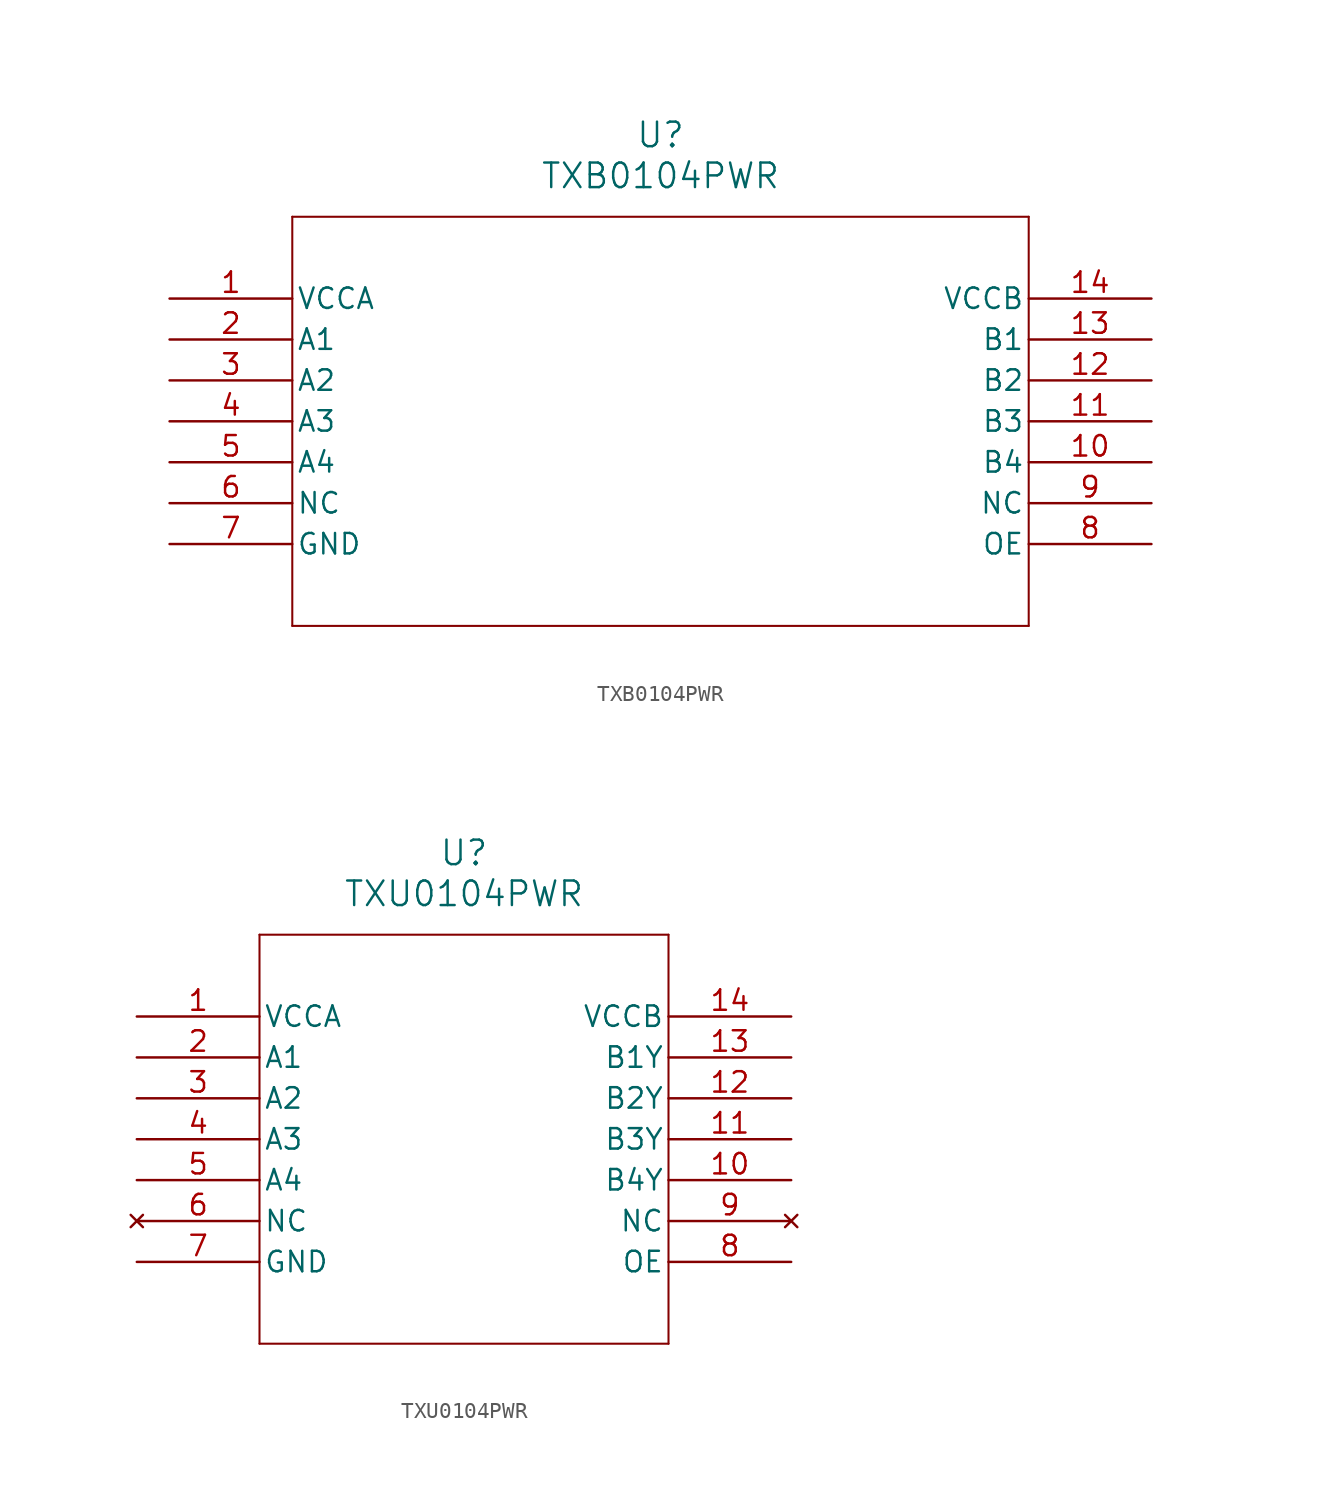
<source format=kicad_sym>
(kicad_symbol_lib
  (version 20231120)
  (generator "kicad_symbol_editor")
  (generator_version "8.0")
  (symbol "TXB0104PWR"
    (pin_names
      (offset 0.254))
    (property "Reference" "U"
      (at 30.48 10.16 0)
      (effects (font (size 1.524 1.524))))
    (property "Value" "TXB0104PWR"
      (at 30.48 7.62 0)
      (effects (font (size 1.524 1.524))))
    (symbol "TXB0104PWR_0_1"
      (polyline (pts (xy 7.62 -20.32) (xy 53.34 -20.32)) (stroke (width 0.127) (type default)) (fill (type none)))
      (polyline (pts (xy 7.62 5.08) (xy 7.62 -20.32)) (stroke (width 0.127) (type default)) (fill (type none)))
      (polyline (pts (xy 53.34 -20.32) (xy 53.34 5.08)) (stroke (width 0.127) (type default)) (fill (type none)))
      (polyline (pts (xy 53.34 5.08) (xy 7.62 5.08)) (stroke (width 0.127) (type default)) (fill (type none)))
      (pin power_in line (at 0 0 0) (length 7.62) (name "VCCA" (effects (font (size 1.27 1.27)))) (number "1" (effects (font (size 1.27 1.27)))))
      (pin bidirectional line (at 60.96 -10.16 180) (length 7.62) (name "B4" (effects (font (size 1.27 1.27)))) (number "10" (effects (font (size 1.27 1.27)))))
      (pin bidirectional line (at 60.96 -7.62 180) (length 7.62) (name "B3" (effects (font (size 1.27 1.27)))) (number "11" (effects (font (size 1.27 1.27)))))
      (pin bidirectional line (at 60.96 -5.08 180) (length 7.62) (name "B2" (effects (font (size 1.27 1.27)))) (number "12" (effects (font (size 1.27 1.27)))))
      (pin bidirectional line (at 60.96 -2.54 180) (length 7.62) (name "B1" (effects (font (size 1.27 1.27)))) (number "13" (effects (font (size 1.27 1.27)))))
      (pin power_in line (at 60.96 0 180) (length 7.62) (name "VCCB" (effects (font (size 1.27 1.27)))) (number "14" (effects (font (size 1.27 1.27)))))
      (pin bidirectional line (at 0 -2.54 0) (length 7.62) (name "A1" (effects (font (size 1.27 1.27)))) (number "2" (effects (font (size 1.27 1.27)))))
      (pin bidirectional line (at 0 -5.08 0) (length 7.62) (name "A2" (effects (font (size 1.27 1.27)))) (number "3" (effects (font (size 1.27 1.27)))))
      (pin bidirectional line (at 0 -7.62 0) (length 7.62) (name "A3" (effects (font (size 1.27 1.27)))) (number "4" (effects (font (size 1.27 1.27)))))
      (pin bidirectional line (at 0 -10.16 0) (length 7.62) (name "A4" (effects (font (size 1.27 1.27)))) (number "5" (effects (font (size 1.27 1.27)))))
      (pin unspecified line (at 0 -12.7 0) (length 7.62) (name "NC" (effects (font (size 1.27 1.27)))) (number "6" (effects (font (size 1.27 1.27)))))
      (pin power_in line (at 0 -15.24 0) (length 7.62) (name "GND" (effects (font (size 1.27 1.27)))) (number "7" (effects (font (size 1.27 1.27)))))
      (pin output line (at 60.96 -15.24 180) (length 7.62) (name "OE" (effects (font (size 1.27 1.27)))) (number "8" (effects (font (size 1.27 1.27)))))
      (pin unspecified line (at 60.96 -12.7 180) (length 7.62) (name "NC" (effects (font (size 1.27 1.27)))) (number "9" (effects (font (size 1.27 1.27)))))))
  (symbol "TXU0104PWR"
    (pin_names
      (offset 0.254))
    (property "Reference" "U"
      (at 20.32 10.16 0)
      (effects (font (size 1.524 1.524))))
    (property "Value" "TXU0104PWR"
      (at 20.32 7.62 0)
      (effects (font (size 1.524 1.524))))
    (symbol "TXU0104PWR_0_1"
      (polyline (pts (xy 7.62 -20.32) (xy 33.02 -20.32)) (stroke (width 0.127) (type default)) (fill (type none)))
      (polyline (pts (xy 7.62 5.08) (xy 7.62 -20.32)) (stroke (width 0.127) (type default)) (fill (type none)))
      (polyline (pts (xy 33.02 -20.32) (xy 33.02 5.08)) (stroke (width 0.127) (type default)) (fill (type none)))
      (polyline (pts (xy 33.02 5.08) (xy 7.62 5.08)) (stroke (width 0.127) (type default)) (fill (type none)))
      (pin power_in line (at 0 0 0) (length 7.62) (name "VCCA" (effects (font (size 1.27 1.27)))) (number "1" (effects (font (size 1.27 1.27)))))
      (pin bidirectional line (at 40.64 -10.16 180) (length 7.62) (name "B4Y" (effects (font (size 1.27 1.27)))) (number "10" (effects (font (size 1.27 1.27)))))
      (pin bidirectional line (at 40.64 -7.62 180) (length 7.62) (name "B3Y" (effects (font (size 1.27 1.27)))) (number "11" (effects (font (size 1.27 1.27)))))
      (pin bidirectional line (at 40.64 -5.08 180) (length 7.62) (name "B2Y" (effects (font (size 1.27 1.27)))) (number "12" (effects (font (size 1.27 1.27)))))
      (pin bidirectional line (at 40.64 -2.54 180) (length 7.62) (name "B1Y" (effects (font (size 1.27 1.27)))) (number "13" (effects (font (size 1.27 1.27)))))
      (pin power_in line (at 40.64 0 180) (length 7.62) (name "VCCB" (effects (font (size 1.27 1.27)))) (number "14" (effects (font (size 1.27 1.27)))))
      (pin bidirectional line (at 0 -2.54 0) (length 7.62) (name "A1" (effects (font (size 1.27 1.27)))) (number "2" (effects (font (size 1.27 1.27)))))
      (pin bidirectional line (at 0 -5.08 0) (length 7.62) (name "A2" (effects (font (size 1.27 1.27)))) (number "3" (effects (font (size 1.27 1.27)))))
      (pin bidirectional line (at 0 -7.62 0) (length 7.62) (name "A3" (effects (font (size 1.27 1.27)))) (number "4" (effects (font (size 1.27 1.27)))))
      (pin bidirectional line (at 0 -10.16 0) (length 7.62) (name "A4" (effects (font (size 1.27 1.27)))) (number "5" (effects (font (size 1.27 1.27)))))
      (pin no_connect line (at 0 -12.7 0) (length 7.62) (name "NC" (effects (font (size 1.27 1.27)))) (number "6" (effects (font (size 1.27 1.27)))))
      (pin power_out line (at 0 -15.24 0) (length 7.62) (name "GND" (effects (font (size 1.27 1.27)))) (number "7" (effects (font (size 1.27 1.27)))))
      (pin unspecified line (at 40.64 -15.24 180) (length 7.62) (name "OE" (effects (font (size 1.27 1.27)))) (number "8" (effects (font (size 1.27 1.27)))))
      (pin no_connect line (at 40.64 -12.7 180) (length 7.62) (name "NC" (effects (font (size 1.27 1.27)))) (number "9" (effects (font (size 1.27 1.27))))))))
</source>
